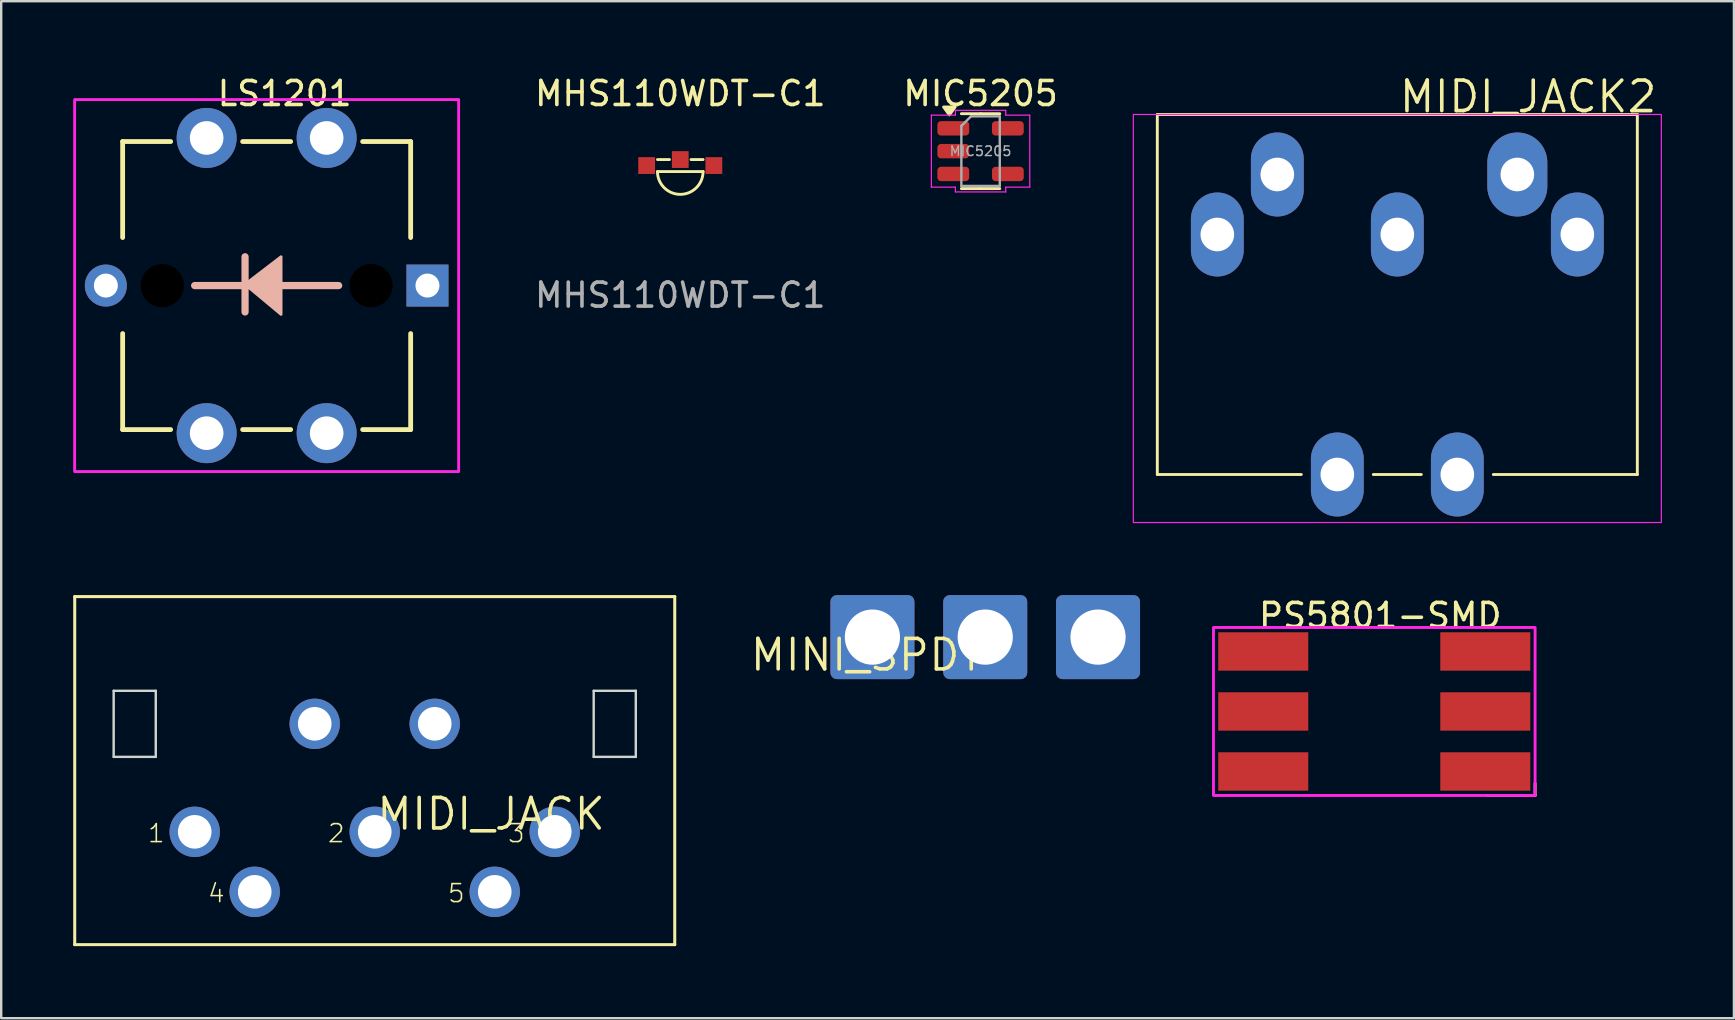
<source format=kicad_pcb>
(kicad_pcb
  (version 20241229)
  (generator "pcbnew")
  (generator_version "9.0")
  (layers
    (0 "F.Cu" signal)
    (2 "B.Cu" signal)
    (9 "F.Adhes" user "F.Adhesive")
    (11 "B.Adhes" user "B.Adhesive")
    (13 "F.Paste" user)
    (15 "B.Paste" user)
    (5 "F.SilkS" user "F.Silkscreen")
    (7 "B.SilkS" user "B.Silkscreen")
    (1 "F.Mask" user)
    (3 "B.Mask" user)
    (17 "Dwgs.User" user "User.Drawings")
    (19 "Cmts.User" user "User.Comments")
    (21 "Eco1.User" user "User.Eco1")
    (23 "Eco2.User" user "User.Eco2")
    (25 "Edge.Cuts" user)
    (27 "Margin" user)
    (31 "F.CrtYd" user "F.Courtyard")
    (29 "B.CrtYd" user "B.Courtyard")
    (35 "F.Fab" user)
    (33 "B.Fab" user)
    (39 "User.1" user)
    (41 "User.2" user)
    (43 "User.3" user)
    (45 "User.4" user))
  (footprint "MIDI_JACK2"
    (layer "F.Cu")
    (at 55.169 1.72)
    (property "Reference" "MIDI_JACK2" (at 0 0 0) (layer "F.SilkS") (effects (font (size 1.27 1.27) (thickness 0.15)) (justify left bottom)))
    (fp_line (start -10 0) (end -10 15) (stroke (width 0.12) (type default)) (layer "F.SilkS"))
    (fp_line (start -10 15) (end -4 15) (stroke (width 0.12) (type default)) (layer "F.SilkS"))
    (fp_line (start 1 15) (end -1 15) (stroke (width 0.12) (type default)) (layer "F.SilkS"))
    (fp_line (start 10 0) (end -10 0) (stroke (width 0.12) (type solid)) (layer "F.SilkS"))
    (fp_line (start 10 0) (end 10 15) (stroke (width 0.12) (type default)) (layer "F.SilkS"))
    (fp_line (start 10 15) (end 4 15) (stroke (width 0.12) (type default)) (layer "F.SilkS"))
    (fp_rect (start -11 0) (end 11 17) (stroke (width 0.05) (type default)) (fill no) (layer "F.CrtYd"))
    (pad "1" thru_hole oval (at 7.5 5 180) (size 2.2 3.5) (drill 1.4) (layers "*.Cu" "*.Mask"))
    (pad "2" thru_hole oval (at 0 5 180) (size 2.2 3.5) (drill 1.4) (layers "*.Cu" "*.Mask"))
    (pad "3" thru_hole oval (at -7.5 5 180) (size 2.2 3.5) (drill 1.4) (layers "*.Cu" "*.Mask"))
    (pad "4" thru_hole oval (at 5 2.5 180) (size 2.5 3.5) (drill 1.4) (layers "*.Cu" "*.Mask"))
    (pad "5" thru_hole oval (at -5 2.5 180) (size 2.2 3.5) (drill 1.4) (layers "*.Cu" "*.Mask"))
    (pad "G1" thru_hole oval (at 2.5 15 180) (size 2.2 3.5) (drill 1.4) (layers "*.Cu" "*.Mask"))
    (pad "G2" thru_hole oval (at -2.5 15 180) (size 2.2 3.5) (drill 1.4) (layers "*.Cu" "*.Mask")))
  (footprint "MINI_SPDT"
    (layer "F.Cu")
    (at 37.999 23.495)
    (property "Reference" "MINI_SPDT" (at 0 0 180) (layer "F.SilkS") (effects (font (size 1.27 1.27) (thickness 0.15)) (justify right top)))
    (pad "1" thru_hole roundrect (at -4.7 0) (size 3.5 3.5) (drill 2.3) (layers "*.Cu" "*.Mask") (roundrect_rratio 0.077))
    (pad "2" thru_hole roundrect (at 0 0) (size 3.5 3.5) (drill 2.3) (layers "*.Cu" "*.Mask") (roundrect_rratio 0.077))
    (pad "3" thru_hole roundrect (at 4.7 0) (size 3.5 3.5) (drill 2.3) (layers "*.Cu" "*.Mask") (roundrect_rratio 0.077)))
  (footprint "PS5801-SMD"
    (layer "F.Cu")
    (at 54.209 26.593)
    (property "Reference" "PS5801-SMD" (at 0.25 -4 0) (unlocked yes) (layer "F.SilkS") (effects (font (size 1 1) (thickness 0.15))))
    (attr smd)
    (fp_line (start 4.7 3.5) (end 6.7 3.5) (stroke (width 0.12) (type solid)) (layer "F.SilkS"))
    (fp_line (start 6.7 3.5) (end 6.7 3) (stroke (width 0.12) (type solid)) (layer "F.SilkS"))
    (fp_rect (start -6.7 -3.5) (end 6.7 3.5) (stroke (width 0.12) (type solid)) (fill no) (layer "F.CrtYd"))
    (pad "1" smd rect (at 4.625 2.5) (size 3.75 1.6) (layers "F.Cu" "F.Mask" "F.Paste"))
    (pad "2" smd rect (at 4.625 0) (size 3.75 1.6) (layers "F.Cu" "F.Mask" "F.Paste"))
    (pad "3" connect rect (at 4.625 -2.5) (size 3.75 1.6) (layers "F.Cu" "F.Mask"))
    (pad "4" smd rect (at -4.625 2.5) (size 3.75 1.6) (layers "F.Cu" "F.Mask" "F.Paste"))
    (pad "5" smd rect (at -4.625 0) (size 3.75 1.6) (layers "F.Cu" "F.Mask" "F.Paste"))
    (pad "6" smd rect (at -4.625 -2.5) (size 3.75 1.6) (layers "F.Cu" "F.Mask" "F.Paste")))
  (footprint "MIC5205"
    (layer "F.Cu")
    (at 37.805 3.248)
    (property "Reference" "MIC5205" (at 0 -2.4 0) (layer "F.SilkS") (effects (font (size 1 1) (thickness 0.15))))
    (attr smd)
    (fp_line (start 0 -1.56) (end -0.8 -1.56) (stroke (width 0.12) (type solid)) (layer "F.SilkS"))
    (fp_line (start 0 -1.56) (end 0.8 -1.56) (stroke (width 0.12) (type solid)) (layer "F.SilkS"))
    (fp_line (start 0 1.56) (end -0.8 1.56) (stroke (width 0.12) (type solid)) (layer "F.SilkS"))
    (fp_line (start 0 1.56) (end 0.8 1.56) (stroke (width 0.12) (type solid)) (layer "F.SilkS"))
    (fp_poly (pts (xy -1.3 -1.51) (xy -1.54 -1.84) (xy -1.06 -1.84)) (stroke (width 0.12) (type solid)) (fill yes) (layer "F.SilkS"))
    (fp_line (start -2.05 -1.5) (end -1.05 -1.5) (stroke (width 0.05) (type solid)) (layer "F.CrtYd"))
    (fp_line (start -2.05 1.5) (end -2.05 -1.5) (stroke (width 0.05) (type solid)) (layer "F.CrtYd"))
    (fp_line (start -1.05 -1.7) (end 1.05 -1.7) (stroke (width 0.05) (type solid)) (layer "F.CrtYd"))
    (fp_line (start -1.05 -1.5) (end -1.05 -1.7) (stroke (width 0.05) (type solid)) (layer "F.CrtYd"))
    (fp_line (start -1.05 1.5) (end -2.05 1.5) (stroke (width 0.05) (type solid)) (layer "F.CrtYd"))
    (fp_line (start -1.05 1.7) (end -1.05 1.5) (stroke (width 0.05) (type solid)) (layer "F.CrtYd"))
    (fp_line (start 1.05 -1.7) (end 1.05 -1.5) (stroke (width 0.05) (type solid)) (layer "F.CrtYd"))
    (fp_line (start 1.05 -1.5) (end 2.05 -1.5) (stroke (width 0.05) (type solid)) (layer "F.CrtYd"))
    (fp_line (start 1.05 1.5) (end 1.05 1.7) (stroke (width 0.05) (type solid)) (layer "F.CrtYd"))
    (fp_line (start 1.05 1.7) (end -1.05 1.7) (stroke (width 0.05) (type solid)) (layer "F.CrtYd"))
    (fp_line (start 2.05 -1.5) (end 2.05 1.5) (stroke (width 0.05) (type solid)) (layer "F.CrtYd"))
    (fp_line (start 2.05 1.5) (end 1.05 1.5) (stroke (width 0.05) (type solid)) (layer "F.CrtYd"))
    (fp_line (start -0.8 -1.05) (end -0.4 -1.45) (stroke (width 0.1) (type solid)) (layer "F.Fab"))
    (fp_line (start -0.8 1.45) (end -0.8 -1.05) (stroke (width 0.1) (type solid)) (layer "F.Fab"))
    (fp_line (start -0.4 -1.45) (end 0.8 -1.45) (stroke (width 0.1) (type solid)) (layer "F.Fab"))
    (fp_line (start 0.8 -1.45) (end 0.8 1.45) (stroke (width 0.1) (type solid)) (layer "F.Fab"))
    (fp_line (start 0.8 1.45) (end -0.8 1.45) (stroke (width 0.1) (type solid)) (layer "F.Fab"))
    (fp_text user "${REFERENCE}" (at 0 0 0) (layer "F.Fab") (effects (font (size 0.4 0.4) (thickness 0.06))))
    (pad "1" smd roundrect (at -1.137 -0.95) (size 1.325 0.6) (layers "F.Cu" "F.Mask" "F.Paste") (roundrect_rratio 0.25))
    (pad "2" smd roundrect (at -1.137 0) (size 1.325 0.6) (layers "F.Cu" "F.Mask" "F.Paste") (roundrect_rratio 0.25))
    (pad "3" smd roundrect (at -1.137 0.95) (size 1.325 0.6) (layers "F.Cu" "F.Mask" "F.Paste") (roundrect_rratio 0.25))
    (pad "4" smd roundrect (at 1.137 0.95) (size 1.325 0.6) (layers "F.Cu" "F.Mask" "F.Paste") (roundrect_rratio 0.25))
    (pad "5" smd roundrect (at 1.137 -0.95) (size 1.325 0.6) (layers "F.Cu" "F.Mask" "F.Paste") (roundrect_rratio 0.25)))
  (footprint "MIDI_JACK"
    (layer "F.Cu")
    (at 12.563 31.608)
    (property "Reference" "MIDI_JACK" (at 0 0 0) (layer "F.SilkS") (effects (font (size 1.27 1.27) (thickness 0.15)) (justify left bottom)))
    (fp_line (start -12.5 -9.8) (end -12.5 4.7) (stroke (width 0.127) (type solid)) (layer "F.SilkS"))
    (fp_line (start -12.5 4.7) (end 12.5 4.7) (stroke (width 0.127) (type solid)) (layer "F.SilkS"))
    (fp_line (start 12.5 -9.8) (end -12.5 -9.8) (stroke (width 0.127) (type solid)) (layer "F.SilkS"))
    (fp_line (start 12.5 4.7) (end 12.5 -9.8) (stroke (width 0.127) (type solid)) (layer "F.SilkS"))
    (fp_line (start -10.877 -5.877) (end -9.123 -5.877) (stroke (width 0.1) (type solid)) (layer "Edge.Cuts"))
    (fp_line (start -10.877 -3.123) (end -10.877 -5.877) (stroke (width 0.1) (type solid)) (layer "Edge.Cuts"))
    (fp_line (start -9.123 -5.877) (end -9.123 -3.123) (stroke (width 0.1) (type solid)) (layer "Edge.Cuts"))
    (fp_line (start -9.123 -3.123) (end -10.877 -3.123) (stroke (width 0.1) (type solid)) (layer "Edge.Cuts"))
    (fp_line (start 9.123 -5.877) (end 10.877 -5.877) (stroke (width 0.1) (type solid)) (layer "Edge.Cuts"))
    (fp_line (start 9.123 -3.123) (end 9.123 -5.877) (stroke (width 0.1) (type solid)) (layer "Edge.Cuts"))
    (fp_line (start 10.877 -5.877) (end 10.877 -3.123) (stroke (width 0.1) (type solid)) (layer "Edge.Cuts"))
    (fp_line (start 10.877 -3.123) (end 9.123 -3.123) (stroke (width 0.1) (type solid)) (layer "Edge.Cuts"))
    (fp_text user "2" (at -2 0.5 0) (unlocked yes) (layer "F.SilkS") (effects (font (size 0.748 0.748) (thickness 0.065)) (justify left bottom)))
    (fp_text user "4" (at -7 3 0) (unlocked yes) (layer "F.SilkS") (effects (font (size 0.748 0.748) (thickness 0.065)) (justify left bottom)))
    (fp_text user "1" (at -9.5 0.5 0) (unlocked yes) (layer "F.SilkS") (effects (font (size 0.748 0.748) (thickness 0.065)) (justify left bottom)))
    (fp_text user "3" (at 5.5 0.5 0) (unlocked yes) (layer "F.SilkS") (effects (font (size 0.748 0.748) (thickness 0.065)) (justify left bottom)))
    (fp_text user "5" (at 3 3 0) (unlocked yes) (layer "F.SilkS") (effects (font (size 0.748 0.748) (thickness 0.065)) (justify left bottom)))
    (pad "1" thru_hole circle (at -7.5 0) (size 2.1 2.1) (drill 1.4) (layers "*.Cu" "*.Mask"))
    (pad "2" thru_hole circle (at 0 0) (size 2.1 2.1) (drill 1.4) (layers "*.Cu" "*.Mask"))
    (pad "3" thru_hole circle (at 7.5 0) (size 2.1 2.1) (drill 1.4) (layers "*.Cu" "*.Mask"))
    (pad "4" thru_hole circle (at -5 2.5) (size 2.1 2.1) (drill 1.4) (layers "*.Cu" "*.Mask"))
    (pad "5" thru_hole circle (at 5 2.5) (size 2.1 2.1) (drill 1.4) (layers "*.Cu" "*.Mask"))
    (pad "G1" thru_hole circle (at -2.5 -4.5) (size 2.1 2.1) (drill 1.4) (layers "*.Cu" "*.Mask"))
    (pad "G2" thru_hole circle (at 2.5 -4.5) (size 2.1 2.1) (drill 1.4) (layers "*.Cu" "*.Mask")))
  (footprint "LS1201"
    (layer "F.Cu")
    (at 8.06 8.848)
    (property "Reference" "LS1201" (at 0.75 -8 0) (unlocked yes) (layer "F.SilkS") (effects (font (size 1 1) (thickness 0.15))))
    (attr through_hole)
    (fp_line (start -6 -6) (end -6 -2) (stroke (width 0.2) (type solid)) (layer "F.SilkS"))
    (fp_line (start -6 -6) (end -4 -6) (stroke (width 0.2) (type solid)) (layer "F.SilkS"))
    (fp_line (start -6 6) (end -6 2) (stroke (width 0.2) (type solid)) (layer "F.SilkS"))
    (fp_line (start -6 6) (end -4 6) (stroke (width 0.2) (type solid)) (layer "F.SilkS"))
    (fp_line (start -1 -6) (end 1 -6) (stroke (width 0.2) (type solid)) (layer "F.SilkS"))
    (fp_line (start -1 6) (end 1 6) (stroke (width 0.2) (type solid)) (layer "F.SilkS"))
    (fp_line (start 4 6) (end 6 6) (stroke (width 0.2) (type solid)) (layer "F.SilkS"))
    (fp_line (start 6 -6) (end 4 -6) (stroke (width 0.2) (type solid)) (layer "F.SilkS"))
    (fp_line (start 6 -2) (end 6 -6) (stroke (width 0.2) (type solid)) (layer "F.SilkS"))
    (fp_line (start 6 6) (end 6 2) (stroke (width 0.2) (type solid)) (layer "F.SilkS"))
    (fp_line (start -0.9 -1.2) (end -0.9 1.1) (stroke (width 0.3) (type solid)) (layer "B.SilkS"))
    (fp_line (start 3 0) (end -3 0) (stroke (width 0.3) (type solid)) (layer "B.SilkS"))
    (fp_poly (pts (xy 0.6 1.2) (xy -0.9 -0.05) (xy 0.6 -1.2)) (stroke (width 0.12) (type solid)) (fill yes) (layer "B.SilkS"))
    (fp_rect (start -8 -7.75) (end 8 7.75) (stroke (width 0.12) (type solid)) (fill no) (layer "F.CrtYd"))
    (pad "" np_thru_hole circle (at -4.35 0) (size 1.8 1.8) (drill 1.8) (layers "*.Mask"))
    (pad "" np_thru_hole circle (at 4.35 0) (size 1.8 1.8) (drill 1.8) (layers "*.Mask"))
    (pad "1" thru_hole circle (at -2.5 -6.15) (size 2.5 2.5) (drill 1.4) (layers "*.Cu" "*.Mask"))
    (pad "1" thru_hole circle (at -2.5 6.15) (size 2.5 2.5) (drill 1.4) (layers "*.Cu" "*.Mask"))
    (pad "2" thru_hole circle (at -6.7 0) (size 1.75 1.75) (drill 1) (layers "*.Cu" "*.Mask"))
    (pad "3" thru_hole rect (at 6.7 0) (size 1.75 1.75) (drill 1) (layers "*.Cu" "*.Mask"))
    (pad "4" thru_hole circle (at 2.5 -6.15) (size 2.5 2.5) (drill 1.4) (layers "*.Cu" "*.Mask"))
    (pad "4" thru_hole circle (at 2.5 6.15) (size 2.5 2.5) (drill 1.4) (layers "*.Cu" "*.Mask")))
  (footprint "MHS110WDT-C1"
    (layer "F.Cu")
    (at 25.293 3.848)
    (property "Reference" "MHS110WDT-C1" (at 0 -3 0) (unlocked yes) (layer "F.SilkS") (effects (font (size 1 1) (thickness 0.15))))
    (attr smd)
    (fp_line (start -0.95 -0.25) (end -0.45 -0.25) (stroke (width 0.12) (type solid)) (layer "F.SilkS"))
    (fp_line (start -0.95 0.25) (end 0.95 0.25) (stroke (width 0.12) (type default)) (layer "F.SilkS"))
    (fp_line (start 0.45 -0.25) (end 0.95 -0.25) (stroke (width 0.12) (type solid)) (layer "F.SilkS"))
    (fp_arc (start 0.95 0.25) (mid 0 1.2) (end -0.95 0.25) (stroke (width 0.12) (type default)) (layer "F.SilkS"))
    (fp_text user "${REFERENCE}" (at 0 5.4 0) (unlocked yes) (layer "F.Fab") (effects (font (size 1 1) (thickness 0.15))))
    (pad "1" smd rect (at -1.4 0) (size 0.7 0.7) (layers "F.Cu" "F.Mask" "F.Paste"))
    (pad "2" smd rect (at 1.4 0) (size 0.7 0.7) (layers "F.Cu" "F.Mask" "F.Paste"))
    (pad "3" smd rect (at 0 -0.25) (size 0.7 0.7) (layers "F.Cu" "F.Mask" "F.Paste")))
  (gr_rect
    (start -3 -3)
    (end 69.194 39.372)
    (stroke (width 0.1) (type default))
    (fill no)
    (layer "Edge.Cuts")))
</source>
